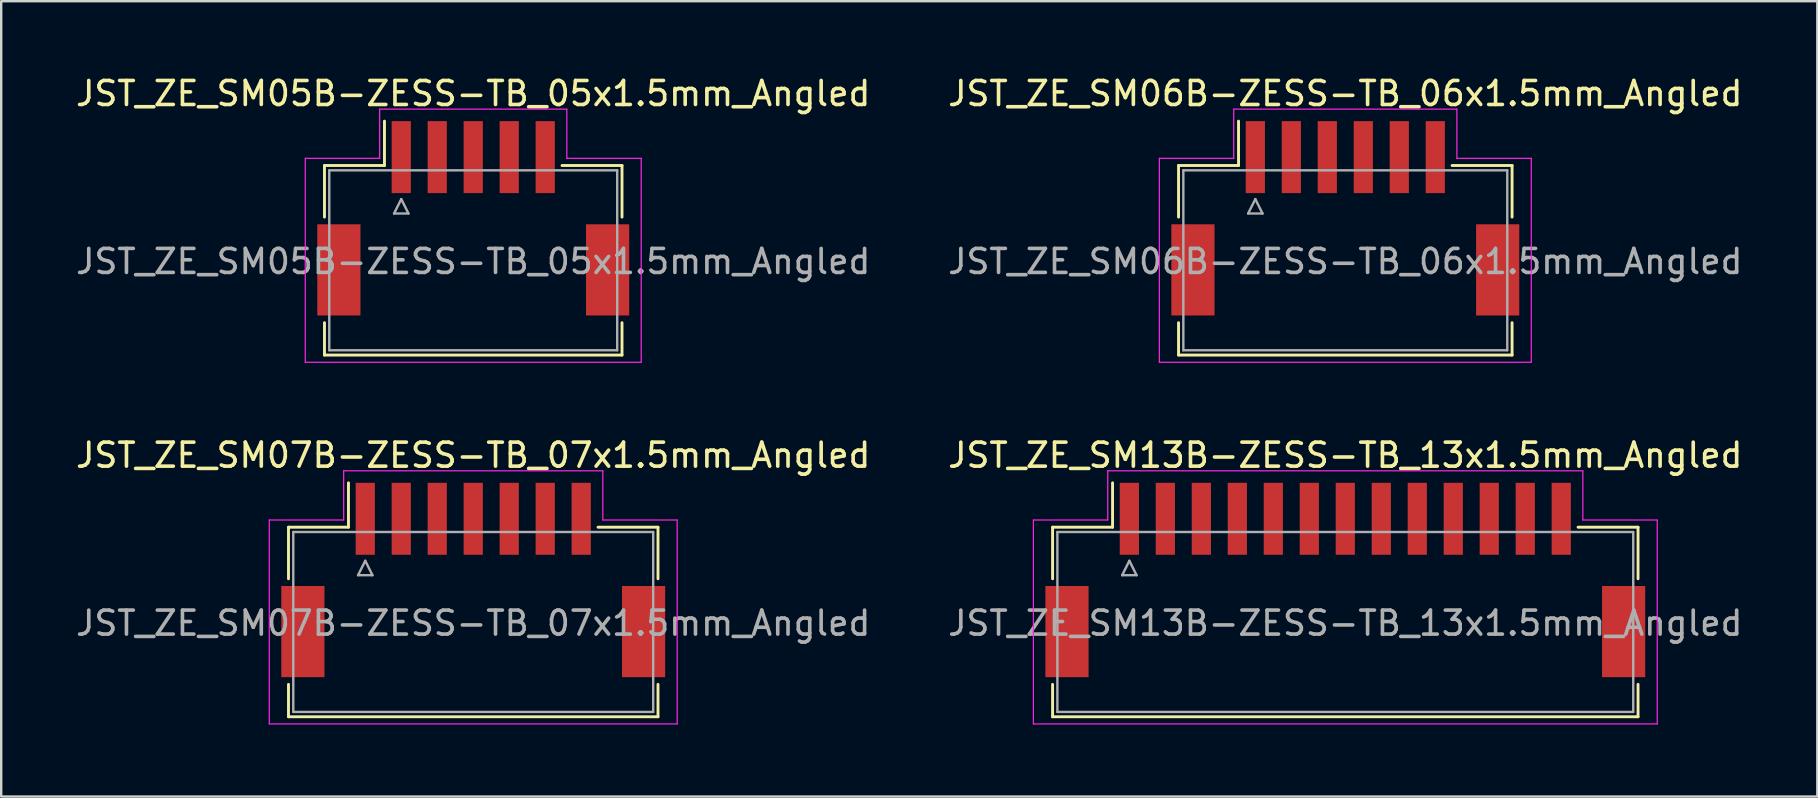
<source format=kicad_pcb>
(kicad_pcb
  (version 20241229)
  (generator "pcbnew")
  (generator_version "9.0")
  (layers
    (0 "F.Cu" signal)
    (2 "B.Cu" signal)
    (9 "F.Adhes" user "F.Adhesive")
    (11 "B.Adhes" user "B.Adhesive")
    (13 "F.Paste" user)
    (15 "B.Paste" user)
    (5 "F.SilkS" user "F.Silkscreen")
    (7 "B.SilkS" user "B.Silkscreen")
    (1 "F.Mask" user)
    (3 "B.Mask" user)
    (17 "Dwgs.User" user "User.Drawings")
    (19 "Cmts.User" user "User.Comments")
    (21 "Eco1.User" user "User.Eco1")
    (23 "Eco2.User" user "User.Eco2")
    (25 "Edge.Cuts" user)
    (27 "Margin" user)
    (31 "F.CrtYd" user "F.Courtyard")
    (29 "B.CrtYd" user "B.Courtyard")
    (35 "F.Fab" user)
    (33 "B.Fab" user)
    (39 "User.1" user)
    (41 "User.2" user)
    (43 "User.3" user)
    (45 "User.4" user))
  (footprint "JST_ZE_SM07B-ZESS-TB_07x1.5mm_Angled"
    (layer "F.Cu")
    (at 16.673 20.922)
    (property "Reference" "JST_ZE_SM07B-ZESS-TB_07x1.5mm_Angled" (at 0 -5 0) (layer "F.SilkS") (effects (font (size 1 1) (thickness 0.15))))
    (attr smd)
    (fp_line (start -7.7 -2) (end -5.2 -2) (stroke (width 0.12) (type solid)) (layer "F.SilkS"))
    (fp_line (start -7.7 0.15) (end -7.7 -2) (stroke (width 0.12) (type solid)) (layer "F.SilkS"))
    (fp_line (start -7.7 4.55) (end -7.7 5.9) (stroke (width 0.12) (type solid)) (layer "F.SilkS"))
    (fp_line (start -7.7 5.9) (end 7.7 5.9) (stroke (width 0.12) (type solid)) (layer "F.SilkS"))
    (fp_line (start -5.2 -2) (end -5.2 -3.85) (stroke (width 0.12) (type solid)) (layer "F.SilkS"))
    (fp_line (start 7.7 -2) (end 5.2 -2) (stroke (width 0.12) (type solid)) (layer "F.SilkS"))
    (fp_line (start 7.7 0.15) (end 7.7 -2) (stroke (width 0.12) (type solid)) (layer "F.SilkS"))
    (fp_line (start 7.7 5.9) (end 7.7 4.55) (stroke (width 0.12) (type solid)) (layer "F.SilkS"))
    (fp_line (start -8.5 -2.3) (end -8.5 6.2) (stroke (width 0.05) (type solid)) (layer "F.CrtYd"))
    (fp_line (start -8.5 6.2) (end 8.5 6.2) (stroke (width 0.05) (type solid)) (layer "F.CrtYd"))
    (fp_line (start -5.4 -4.35) (end -5.4 -2.3) (stroke (width 0.05) (type solid)) (layer "F.CrtYd"))
    (fp_line (start -5.4 -2.3) (end -8.5 -2.3) (stroke (width 0.05) (type solid)) (layer "F.CrtYd"))
    (fp_line (start 5.4 -4.35) (end -5.4 -4.35) (stroke (width 0.05) (type solid)) (layer "F.CrtYd"))
    (fp_line (start 5.4 -2.3) (end 5.4 -4.35) (stroke (width 0.05) (type solid)) (layer "F.CrtYd"))
    (fp_line (start 8.5 -2.3) (end 5.4 -2.3) (stroke (width 0.05) (type solid)) (layer "F.CrtYd"))
    (fp_line (start 8.5 6.2) (end 8.5 -2.3) (stroke (width 0.05) (type solid)) (layer "F.CrtYd"))
    (fp_line (start -7.5 -1.8) (end -7.5 5.7) (stroke (width 0.1) (type solid)) (layer "F.Fab"))
    (fp_line (start -7.5 5.7) (end 7.5 5.7) (stroke (width 0.1) (type solid)) (layer "F.Fab"))
    (fp_line (start -4.8 0) (end -4.2 0) (stroke (width 0.1) (type solid)) (layer "F.Fab"))
    (fp_line (start -4.5 -0.6) (end -4.8 0) (stroke (width 0.1) (type solid)) (layer "F.Fab"))
    (fp_line (start -4.2 0) (end -4.5 -0.6) (stroke (width 0.1) (type solid)) (layer "F.Fab"))
    (fp_line (start 7.5 -1.8) (end -7.5 -1.8) (stroke (width 0.1) (type solid)) (layer "F.Fab"))
    (fp_line (start 7.5 5.7) (end 7.5 -1.8) (stroke (width 0.1) (type solid)) (layer "F.Fab"))
    (fp_text user "${REFERENCE}" (at 0 2 0) (layer "F.Fab") (effects (font (size 1 1) (thickness 0.15))))
    (pad "" smd rect (at -7.1 2.35) (size 1.8 3.8) (layers "F.Cu" "F.Mask" "F.Paste"))
    (pad "" smd rect (at 7.1 2.35) (size 1.8 3.8) (layers "F.Cu" "F.Mask" "F.Paste"))
    (pad "1" smd rect (at -4.5 -2.35) (size 0.8 3) (layers "F.Cu" "F.Mask" "F.Paste"))
    (pad "2" smd rect (at -3 -2.35) (size 0.8 3) (layers "F.Cu" "F.Mask" "F.Paste"))
    (pad "3" smd rect (at -1.5 -2.35) (size 0.8 3) (layers "F.Cu" "F.Mask" "F.Paste"))
    (pad "4" smd rect (at 0 -2.35) (size 0.8 3) (layers "F.Cu" "F.Mask" "F.Paste"))
    (pad "5" smd rect (at 1.5 -2.35) (size 0.8 3) (layers "F.Cu" "F.Mask" "F.Paste"))
    (pad "6" smd rect (at 3 -2.35) (size 0.8 3) (layers "F.Cu" "F.Mask" "F.Paste"))
    (pad "7" smd rect (at 4.5 -2.35) (size 0.8 3) (layers "F.Cu" "F.Mask" "F.Paste")))
  (footprint "JST_ZE_SM06B-ZESS-TB_06x1.5mm_Angled"
    (layer "F.Cu")
    (at 53.018 5.848)
    (property "Reference" "JST_ZE_SM06B-ZESS-TB_06x1.5mm_Angled" (at 0 -5 0) (layer "F.SilkS") (effects (font (size 1 1) (thickness 0.15))))
    (attr smd)
    (fp_line (start -6.95 -2) (end -4.45 -2) (stroke (width 0.12) (type solid)) (layer "F.SilkS"))
    (fp_line (start -6.95 0.15) (end -6.95 -2) (stroke (width 0.12) (type solid)) (layer "F.SilkS"))
    (fp_line (start -6.95 4.55) (end -6.95 5.9) (stroke (width 0.12) (type solid)) (layer "F.SilkS"))
    (fp_line (start -6.95 5.9) (end 6.95 5.9) (stroke (width 0.12) (type solid)) (layer "F.SilkS"))
    (fp_line (start -4.45 -2) (end -4.45 -3.85) (stroke (width 0.12) (type solid)) (layer "F.SilkS"))
    (fp_line (start 6.95 -2) (end 4.45 -2) (stroke (width 0.12) (type solid)) (layer "F.SilkS"))
    (fp_line (start 6.95 0.15) (end 6.95 -2) (stroke (width 0.12) (type solid)) (layer "F.SilkS"))
    (fp_line (start 6.95 5.9) (end 6.95 4.55) (stroke (width 0.12) (type solid)) (layer "F.SilkS"))
    (fp_line (start -7.75 -2.3) (end -7.75 6.2) (stroke (width 0.05) (type solid)) (layer "F.CrtYd"))
    (fp_line (start -7.75 6.2) (end 7.75 6.2) (stroke (width 0.05) (type solid)) (layer "F.CrtYd"))
    (fp_line (start -4.65 -4.35) (end -4.65 -2.3) (stroke (width 0.05) (type solid)) (layer "F.CrtYd"))
    (fp_line (start -4.65 -2.3) (end -7.75 -2.3) (stroke (width 0.05) (type solid)) (layer "F.CrtYd"))
    (fp_line (start 4.65 -4.35) (end -4.65 -4.35) (stroke (width 0.05) (type solid)) (layer "F.CrtYd"))
    (fp_line (start 4.65 -2.3) (end 4.65 -4.35) (stroke (width 0.05) (type solid)) (layer "F.CrtYd"))
    (fp_line (start 7.75 -2.3) (end 4.65 -2.3) (stroke (width 0.05) (type solid)) (layer "F.CrtYd"))
    (fp_line (start 7.75 6.2) (end 7.75 -2.3) (stroke (width 0.05) (type solid)) (layer "F.CrtYd"))
    (fp_line (start -6.75 -1.8) (end -6.75 5.7) (stroke (width 0.1) (type solid)) (layer "F.Fab"))
    (fp_line (start -6.75 5.7) (end 6.75 5.7) (stroke (width 0.1) (type solid)) (layer "F.Fab"))
    (fp_line (start -4.05 0) (end -3.45 0) (stroke (width 0.1) (type solid)) (layer "F.Fab"))
    (fp_line (start -3.75 -0.6) (end -4.05 0) (stroke (width 0.1) (type solid)) (layer "F.Fab"))
    (fp_line (start -3.45 0) (end -3.75 -0.6) (stroke (width 0.1) (type solid)) (layer "F.Fab"))
    (fp_line (start 6.75 -1.8) (end -6.75 -1.8) (stroke (width 0.1) (type solid)) (layer "F.Fab"))
    (fp_line (start 6.75 5.7) (end 6.75 -1.8) (stroke (width 0.1) (type solid)) (layer "F.Fab"))
    (fp_text user "${REFERENCE}" (at 0 2 0) (layer "F.Fab") (effects (font (size 1 1) (thickness 0.15))))
    (pad "" smd rect (at -6.35 2.35) (size 1.8 3.8) (layers "F.Cu" "F.Mask" "F.Paste"))
    (pad "" smd rect (at 6.35 2.35) (size 1.8 3.8) (layers "F.Cu" "F.Mask" "F.Paste"))
    (pad "1" smd rect (at -3.75 -2.35) (size 0.8 3) (layers "F.Cu" "F.Mask" "F.Paste"))
    (pad "2" smd rect (at -2.25 -2.35) (size 0.8 3) (layers "F.Cu" "F.Mask" "F.Paste"))
    (pad "3" smd rect (at -0.75 -2.35) (size 0.8 3) (layers "F.Cu" "F.Mask" "F.Paste"))
    (pad "4" smd rect (at 0.75 -2.35) (size 0.8 3) (layers "F.Cu" "F.Mask" "F.Paste"))
    (pad "5" smd rect (at 2.25 -2.35) (size 0.8 3) (layers "F.Cu" "F.Mask" "F.Paste"))
    (pad "6" smd rect (at 3.75 -2.35) (size 0.8 3) (layers "F.Cu" "F.Mask" "F.Paste")))
  (footprint "JST_ZE_SM05B-ZESS-TB_05x1.5mm_Angled"
    (layer "F.Cu")
    (at 16.673 5.848)
    (property "Reference" "JST_ZE_SM05B-ZESS-TB_05x1.5mm_Angled" (at 0 -5 0) (layer "F.SilkS") (effects (font (size 1 1) (thickness 0.15))))
    (attr smd)
    (fp_line (start -6.2 -2) (end -3.7 -2) (stroke (width 0.12) (type solid)) (layer "F.SilkS"))
    (fp_line (start -6.2 0.15) (end -6.2 -2) (stroke (width 0.12) (type solid)) (layer "F.SilkS"))
    (fp_line (start -6.2 4.55) (end -6.2 5.9) (stroke (width 0.12) (type solid)) (layer "F.SilkS"))
    (fp_line (start -6.2 5.9) (end 6.2 5.9) (stroke (width 0.12) (type solid)) (layer "F.SilkS"))
    (fp_line (start -3.7 -2) (end -3.7 -3.85) (stroke (width 0.12) (type solid)) (layer "F.SilkS"))
    (fp_line (start 6.2 -2) (end 3.7 -2) (stroke (width 0.12) (type solid)) (layer "F.SilkS"))
    (fp_line (start 6.2 0.15) (end 6.2 -2) (stroke (width 0.12) (type solid)) (layer "F.SilkS"))
    (fp_line (start 6.2 5.9) (end 6.2 4.55) (stroke (width 0.12) (type solid)) (layer "F.SilkS"))
    (fp_line (start -7 -2.3) (end -7 6.2) (stroke (width 0.05) (type solid)) (layer "F.CrtYd"))
    (fp_line (start -7 6.2) (end 7 6.2) (stroke (width 0.05) (type solid)) (layer "F.CrtYd"))
    (fp_line (start -3.9 -4.35) (end -3.9 -2.3) (stroke (width 0.05) (type solid)) (layer "F.CrtYd"))
    (fp_line (start -3.9 -2.3) (end -7 -2.3) (stroke (width 0.05) (type solid)) (layer "F.CrtYd"))
    (fp_line (start 3.9 -4.35) (end -3.9 -4.35) (stroke (width 0.05) (type solid)) (layer "F.CrtYd"))
    (fp_line (start 3.9 -2.3) (end 3.9 -4.35) (stroke (width 0.05) (type solid)) (layer "F.CrtYd"))
    (fp_line (start 7 -2.3) (end 3.9 -2.3) (stroke (width 0.05) (type solid)) (layer "F.CrtYd"))
    (fp_line (start 7 6.2) (end 7 -2.3) (stroke (width 0.05) (type solid)) (layer "F.CrtYd"))
    (fp_line (start -6 -1.8) (end -6 5.7) (stroke (width 0.1) (type solid)) (layer "F.Fab"))
    (fp_line (start -6 5.7) (end 6 5.7) (stroke (width 0.1) (type solid)) (layer "F.Fab"))
    (fp_line (start -3.3 0) (end -2.7 0) (stroke (width 0.1) (type solid)) (layer "F.Fab"))
    (fp_line (start -3 -0.6) (end -3.3 0) (stroke (width 0.1) (type solid)) (layer "F.Fab"))
    (fp_line (start -2.7 0) (end -3 -0.6) (stroke (width 0.1) (type solid)) (layer "F.Fab"))
    (fp_line (start 6 -1.8) (end -6 -1.8) (stroke (width 0.1) (type solid)) (layer "F.Fab"))
    (fp_line (start 6 5.7) (end 6 -1.8) (stroke (width 0.1) (type solid)) (layer "F.Fab"))
    (fp_text user "${REFERENCE}" (at 0 2 0) (layer "F.Fab") (effects (font (size 1 1) (thickness 0.15))))
    (pad "" smd rect (at -5.6 2.35) (size 1.8 3.8) (layers "F.Cu" "F.Mask" "F.Paste"))
    (pad "" smd rect (at 5.6 2.35) (size 1.8 3.8) (layers "F.Cu" "F.Mask" "F.Paste"))
    (pad "1" smd rect (at -3 -2.35) (size 0.8 3) (layers "F.Cu" "F.Mask" "F.Paste"))
    (pad "2" smd rect (at -1.5 -2.35) (size 0.8 3) (layers "F.Cu" "F.Mask" "F.Paste"))
    (pad "3" smd rect (at 0 -2.35) (size 0.8 3) (layers "F.Cu" "F.Mask" "F.Paste"))
    (pad "4" smd rect (at 1.5 -2.35) (size 0.8 3) (layers "F.Cu" "F.Mask" "F.Paste"))
    (pad "5" smd rect (at 3 -2.35) (size 0.8 3) (layers "F.Cu" "F.Mask" "F.Paste")))
  (footprint "JST_ZE_SM13B-ZESS-TB_13x1.5mm_Angled"
    (layer "F.Cu")
    (at 53.018 20.922)
    (property "Reference" "JST_ZE_SM13B-ZESS-TB_13x1.5mm_Angled" (at 0 -5 0) (layer "F.SilkS") (effects (font (size 1 1) (thickness 0.15))))
    (attr smd)
    (fp_line (start -12.2 -2) (end -9.7 -2) (stroke (width 0.12) (type solid)) (layer "F.SilkS"))
    (fp_line (start -12.2 0.15) (end -12.2 -2) (stroke (width 0.12) (type solid)) (layer "F.SilkS"))
    (fp_line (start -12.2 4.55) (end -12.2 5.9) (stroke (width 0.12) (type solid)) (layer "F.SilkS"))
    (fp_line (start -12.2 5.9) (end 12.2 5.9) (stroke (width 0.12) (type solid)) (layer "F.SilkS"))
    (fp_line (start -9.7 -2) (end -9.7 -3.85) (stroke (width 0.12) (type solid)) (layer "F.SilkS"))
    (fp_line (start 12.2 -2) (end 9.7 -2) (stroke (width 0.12) (type solid)) (layer "F.SilkS"))
    (fp_line (start 12.2 0.15) (end 12.2 -2) (stroke (width 0.12) (type solid)) (layer "F.SilkS"))
    (fp_line (start 12.2 5.9) (end 12.2 4.55) (stroke (width 0.12) (type solid)) (layer "F.SilkS"))
    (fp_line (start -13 -2.3) (end -13 6.2) (stroke (width 0.05) (type solid)) (layer "F.CrtYd"))
    (fp_line (start -13 6.2) (end 13 6.2) (stroke (width 0.05) (type solid)) (layer "F.CrtYd"))
    (fp_line (start -9.9 -4.35) (end -9.9 -2.3) (stroke (width 0.05) (type solid)) (layer "F.CrtYd"))
    (fp_line (start -9.9 -2.3) (end -13 -2.3) (stroke (width 0.05) (type solid)) (layer "F.CrtYd"))
    (fp_line (start 9.9 -4.35) (end -9.9 -4.35) (stroke (width 0.05) (type solid)) (layer "F.CrtYd"))
    (fp_line (start 9.9 -2.3) (end 9.9 -4.35) (stroke (width 0.05) (type solid)) (layer "F.CrtYd"))
    (fp_line (start 13 -2.3) (end 9.9 -2.3) (stroke (width 0.05) (type solid)) (layer "F.CrtYd"))
    (fp_line (start 13 6.2) (end 13 -2.3) (stroke (width 0.05) (type solid)) (layer "F.CrtYd"))
    (fp_line (start -12 -1.8) (end -12 5.7) (stroke (width 0.1) (type solid)) (layer "F.Fab"))
    (fp_line (start -12 5.7) (end 12 5.7) (stroke (width 0.1) (type solid)) (layer "F.Fab"))
    (fp_line (start -9.3 0) (end -8.7 0) (stroke (width 0.1) (type solid)) (layer "F.Fab"))
    (fp_line (start -9 -0.6) (end -9.3 0) (stroke (width 0.1) (type solid)) (layer "F.Fab"))
    (fp_line (start -8.7 0) (end -9 -0.6) (stroke (width 0.1) (type solid)) (layer "F.Fab"))
    (fp_line (start 12 -1.8) (end -12 -1.8) (stroke (width 0.1) (type solid)) (layer "F.Fab"))
    (fp_line (start 12 5.7) (end 12 -1.8) (stroke (width 0.1) (type solid)) (layer "F.Fab"))
    (fp_text user "${REFERENCE}" (at 0 2 0) (layer "F.Fab") (effects (font (size 1 1) (thickness 0.15))))
    (pad "" smd rect (at -11.6 2.35) (size 1.8 3.8) (layers "F.Cu" "F.Mask" "F.Paste"))
    (pad "" smd rect (at 11.6 2.35) (size 1.8 3.8) (layers "F.Cu" "F.Mask" "F.Paste"))
    (pad "1" smd rect (at -9 -2.35) (size 0.8 3) (layers "F.Cu" "F.Mask" "F.Paste"))
    (pad "2" smd rect (at -7.5 -2.35) (size 0.8 3) (layers "F.Cu" "F.Mask" "F.Paste"))
    (pad "3" smd rect (at -6 -2.35) (size 0.8 3) (layers "F.Cu" "F.Mask" "F.Paste"))
    (pad "4" smd rect (at -4.5 -2.35) (size 0.8 3) (layers "F.Cu" "F.Mask" "F.Paste"))
    (pad "5" smd rect (at -3 -2.35) (size 0.8 3) (layers "F.Cu" "F.Mask" "F.Paste"))
    (pad "6" smd rect (at -1.5 -2.35) (size 0.8 3) (layers "F.Cu" "F.Mask" "F.Paste"))
    (pad "7" smd rect (at 0 -2.35) (size 0.8 3) (layers "F.Cu" "F.Mask" "F.Paste"))
    (pad "8" smd rect (at 1.5 -2.35) (size 0.8 3) (layers "F.Cu" "F.Mask" "F.Paste"))
    (pad "9" smd rect (at 3 -2.35) (size 0.8 3) (layers "F.Cu" "F.Mask" "F.Paste"))
    (pad "10" smd rect (at 4.5 -2.35) (size 0.8 3) (layers "F.Cu" "F.Mask" "F.Paste"))
    (pad "11" smd rect (at 6 -2.35) (size 0.8 3) (layers "F.Cu" "F.Mask" "F.Paste"))
    (pad "12" smd rect (at 7.5 -2.35) (size 0.8 3) (layers "F.Cu" "F.Mask" "F.Paste"))
    (pad "13" smd rect (at 9 -2.35) (size 0.8 3) (layers "F.Cu" "F.Mask" "F.Paste")))
  (gr_rect
    (start -3 -3)
    (end 72.69 30.146)
    (stroke (width 0.1) (type default))
    (fill no)
    (layer "Edge.Cuts")))
</source>
